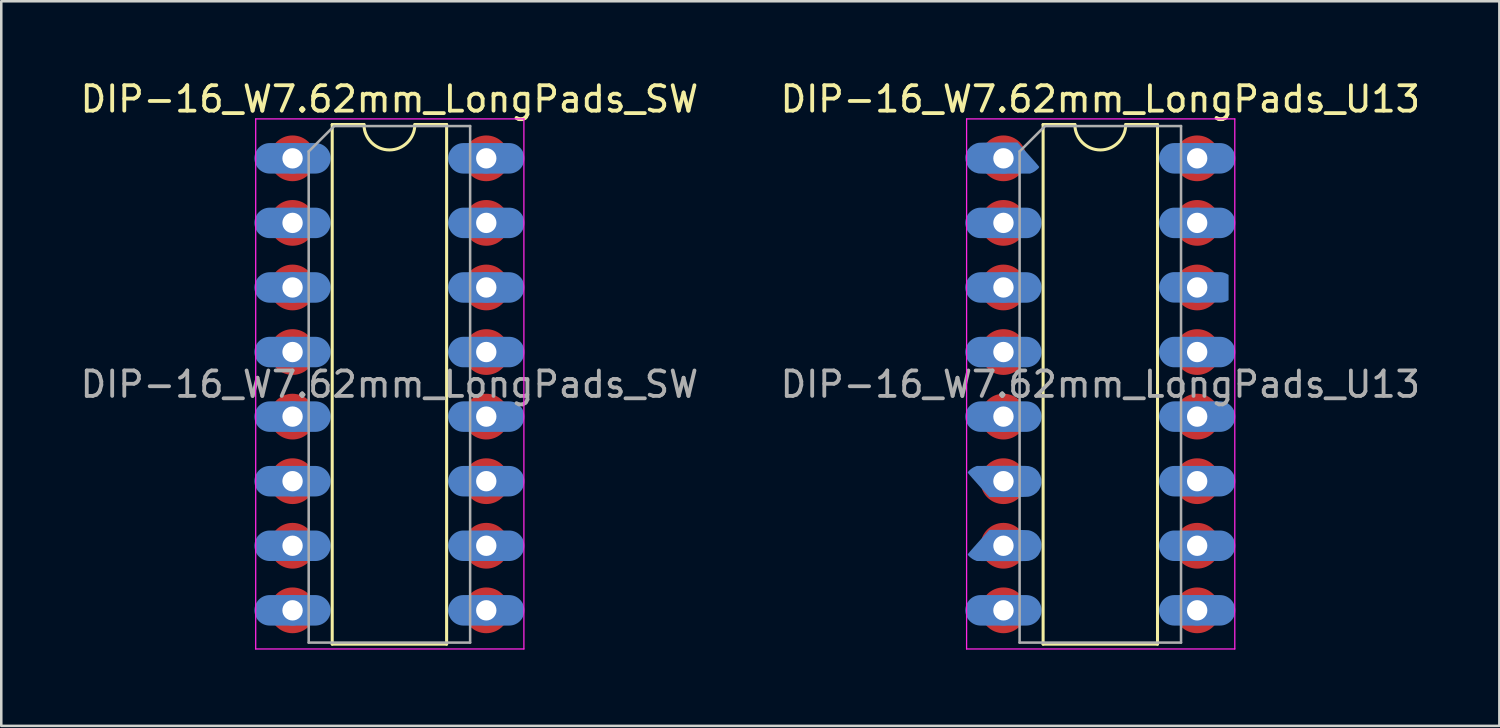
<source format=kicad_pcb>
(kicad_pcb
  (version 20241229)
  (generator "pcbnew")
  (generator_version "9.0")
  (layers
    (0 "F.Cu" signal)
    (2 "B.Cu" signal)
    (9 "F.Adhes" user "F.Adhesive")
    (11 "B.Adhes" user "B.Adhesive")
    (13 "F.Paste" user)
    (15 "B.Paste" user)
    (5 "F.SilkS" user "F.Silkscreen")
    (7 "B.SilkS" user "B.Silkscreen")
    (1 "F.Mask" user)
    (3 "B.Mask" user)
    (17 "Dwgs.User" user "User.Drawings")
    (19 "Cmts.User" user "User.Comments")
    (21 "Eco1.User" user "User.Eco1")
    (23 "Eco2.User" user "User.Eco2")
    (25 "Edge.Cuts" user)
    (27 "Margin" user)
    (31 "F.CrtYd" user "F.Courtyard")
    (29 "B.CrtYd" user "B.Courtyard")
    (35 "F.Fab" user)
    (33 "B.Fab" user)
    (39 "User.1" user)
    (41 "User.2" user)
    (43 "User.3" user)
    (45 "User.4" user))
  (footprint "DIP-16_W7.62mm_LongPads_SW"
    (layer "F.Cu")
    (at 8.458 3.178)
    (property "Reference" "DIP-16_W7.62mm_LongPads_SW" (at 3.81 -2.33 0) (layer "F.SilkS") (effects (font (size 1 1) (thickness 0.15))))
    (attr through_hole)
    (fp_line (start 1.56 -1.33) (end 1.56 19.11) (stroke (width 0.12) (type solid)) (layer "F.SilkS"))
    (fp_line (start 1.56 19.11) (end 6.06 19.11) (stroke (width 0.12) (type solid)) (layer "F.SilkS"))
    (fp_line (start 2.81 -1.33) (end 1.56 -1.33) (stroke (width 0.12) (type solid)) (layer "F.SilkS"))
    (fp_line (start 6.06 -1.33) (end 4.81 -1.33) (stroke (width 0.12) (type solid)) (layer "F.SilkS"))
    (fp_line (start 6.06 19.11) (end 6.06 -1.33) (stroke (width 0.12) (type solid)) (layer "F.SilkS"))
    (fp_arc (start 4.81 -1.33) (mid 3.81 -0.33) (end 2.81 -1.33) (stroke (width 0.12) (type solid)) (layer "F.SilkS"))
    (fp_line (start -1.45 -1.55) (end -1.45 19.3) (stroke (width 0.05) (type solid)) (layer "F.CrtYd"))
    (fp_line (start -1.45 19.3) (end 9.1 19.3) (stroke (width 0.05) (type solid)) (layer "F.CrtYd"))
    (fp_line (start 9.1 -1.55) (end -1.45 -1.55) (stroke (width 0.05) (type solid)) (layer "F.CrtYd"))
    (fp_line (start 9.1 19.3) (end 9.1 -1.55) (stroke (width 0.05) (type solid)) (layer "F.CrtYd"))
    (fp_line (start 0.635 -0.27) (end 1.635 -1.27) (stroke (width 0.1) (type solid)) (layer "F.Fab"))
    (fp_line (start 0.635 19.05) (end 0.635 -0.27) (stroke (width 0.1) (type solid)) (layer "F.Fab"))
    (fp_line (start 1.635 -1.27) (end 6.985 -1.27) (stroke (width 0.1) (type solid)) (layer "F.Fab"))
    (fp_line (start 6.985 -1.27) (end 6.985 19.05) (stroke (width 0.1) (type solid)) (layer "F.Fab"))
    (fp_line (start 6.985 19.05) (end 0.635 19.05) (stroke (width 0.1) (type solid)) (layer "F.Fab"))
    (fp_text user "${REFERENCE}" (at 3.81 8.89 0) (layer "F.Fab") (effects (font (size 1 1) (thickness 0.15))))
    (pad "1" thru_hole circle (at 0 0) (size 1.2 1.2) (drill 0.8) (layers "*.Cu" "*.Mask"))
    (pad "1" smd circle (at 0 0) (size 1.8 1.8) (layers "F.Cu" "F.Mask"))
    (pad "1" smd oval (at 0 0) (size 3 1.2) (layers "B.Cu" "B.Mask"))
    (pad "2" thru_hole circle (at 0 2.54) (size 1.2 1.2) (drill 0.8) (layers "*.Cu" "*.Mask"))
    (pad "2" smd circle (at 0 2.54) (size 1.8 1.8) (layers "F.Cu" "F.Mask"))
    (pad "2" smd oval (at 0 2.54) (size 3 1.2) (layers "B.Cu" "B.Mask"))
    (pad "3" thru_hole circle (at 0 5.08) (size 1.2 1.2) (drill 0.8) (layers "*.Cu" "*.Mask"))
    (pad "3" smd circle (at 0 5.08) (size 1.8 1.8) (layers "F.Cu" "F.Mask"))
    (pad "3" smd oval (at 0 5.08) (size 3 1.2) (layers "B.Cu" "B.Mask"))
    (pad "4" thru_hole circle (at 0 7.62) (size 1.2 1.2) (drill 0.8) (layers "*.Cu" "*.Mask"))
    (pad "4" smd circle (at 0 7.62) (size 1.8 1.8) (layers "F.Cu" "F.Mask"))
    (pad "4" smd oval (at 0 7.62) (size 3 1.2) (layers "B.Cu" "B.Mask"))
    (pad "5" thru_hole circle (at 0 10.16) (size 1.2 1.2) (drill 0.8) (layers "*.Cu" "*.Mask"))
    (pad "5" smd circle (at 0 10.16) (size 1.8 1.8) (layers "F.Cu" "F.Mask"))
    (pad "5" smd oval (at 0 10.16) (size 3 1.2) (layers "B.Cu" "B.Mask"))
    (pad "6" thru_hole circle (at 0 12.7) (size 1.2 1.2) (drill 0.8) (layers "*.Cu" "*.Mask"))
    (pad "6" smd circle (at 0 12.7) (size 1.8 1.8) (layers "F.Cu" "F.Mask"))
    (pad "6" smd oval (at 0 12.7) (size 3 1.2) (layers "B.Cu" "B.Mask"))
    (pad "7" thru_hole circle (at 0 15.24) (size 1.2 1.2) (drill 0.8) (layers "*.Cu" "*.Mask"))
    (pad "7" smd circle (at 0 15.24) (size 1.8 1.8) (layers "F.Cu" "F.Mask"))
    (pad "7" smd oval (at 0 15.24) (size 3 1.2) (layers "B.Cu" "B.Mask"))
    (pad "8" thru_hole circle (at 0 17.78) (size 1.2 1.2) (drill 0.8) (layers "*.Cu" "*.Mask"))
    (pad "8" smd circle (at 0 17.78) (size 1.8 1.8) (layers "F.Cu" "F.Mask"))
    (pad "8" smd oval (at 0 17.78) (size 3 1.2) (layers "B.Cu" "B.Mask"))
    (pad "9" thru_hole circle (at 7.62 17.78) (size 1.2 1.2) (drill 0.8) (layers "*.Cu" "*.Mask"))
    (pad "9" smd circle (at 7.62 17.78) (size 1.8 1.8) (layers "F.Cu" "F.Mask"))
    (pad "9" smd oval (at 7.62 17.78) (size 3 1.2) (layers "B.Cu" "B.Mask"))
    (pad "10" thru_hole circle (at 7.62 15.24) (size 1.2 1.2) (drill 0.8) (layers "*.Cu" "*.Mask"))
    (pad "10" smd circle (at 7.62 15.24) (size 1.8 1.8) (layers "F.Cu" "F.Mask"))
    (pad "10" smd oval (at 7.62 15.24) (size 3 1.2) (layers "B.Cu" "B.Mask"))
    (pad "11" thru_hole circle (at 7.62 12.7) (size 1.2 1.2) (drill 0.8) (layers "*.Cu" "*.Mask"))
    (pad "11" smd circle (at 7.62 12.7) (size 1.8 1.8) (layers "F.Cu" "F.Mask"))
    (pad "11" smd oval (at 7.62 12.7) (size 3 1.2) (layers "B.Cu" "B.Mask"))
    (pad "12" thru_hole circle (at 7.62 10.16) (size 1.2 1.2) (drill 0.8) (layers "*.Cu" "*.Mask"))
    (pad "12" smd circle (at 7.62 10.16) (size 1.8 1.8) (layers "F.Cu" "F.Mask"))
    (pad "12" smd oval (at 7.62 10.16) (size 3 1.2) (layers "B.Cu" "B.Mask"))
    (pad "13" thru_hole circle (at 7.62 7.62) (size 1.2 1.2) (drill 0.8) (layers "*.Cu" "*.Mask"))
    (pad "13" smd circle (at 7.62 7.62) (size 1.8 1.8) (layers "F.Cu" "F.Mask"))
    (pad "13" smd oval (at 7.62 7.62) (size 3 1.2) (layers "B.Cu" "B.Mask"))
    (pad "14" thru_hole circle (at 7.62 5.08) (size 1.2 1.2) (drill 0.8) (layers "*.Cu" "*.Mask"))
    (pad "14" smd circle (at 7.62 5.08) (size 1.8 1.8) (layers "F.Cu" "F.Mask"))
    (pad "14" smd oval (at 7.62 5.08) (size 3 1.2) (layers "B.Cu" "B.Mask"))
    (pad "15" thru_hole circle (at 7.62 2.54) (size 1.2 1.2) (drill 0.8) (layers "*.Cu" "*.Mask"))
    (pad "15" smd circle (at 7.62 2.54) (size 1.8 1.8) (layers "F.Cu" "F.Mask"))
    (pad "15" smd oval (at 7.62 2.54) (size 3 1.2) (layers "B.Cu" "B.Mask"))
    (pad "16" thru_hole circle (at 7.62 0) (size 1.2 1.2) (drill 0.8) (layers "*.Cu" "*.Mask"))
    (pad "16" smd circle (at 7.62 0) (size 1.8 1.8) (layers "F.Cu" "F.Mask"))
    (pad "16" smd oval (at 7.62 0) (size 3 1.2) (layers "B.Cu" "B.Mask")))
  (footprint "DIP-16_W7.62mm_LongPads_U13"
    (layer "F.Cu")
    (at 36.422 3.178)
    (property "Reference" "DIP-16_W7.62mm_LongPads_U13" (at 3.81 -2.33 0) (layer "F.SilkS") (effects (font (size 1 1) (thickness 0.15))))
    (attr through_hole)
    (fp_line (start 1.56 -1.33) (end 1.56 19.11) (stroke (width 0.12) (type solid)) (layer "F.SilkS"))
    (fp_line (start 1.56 19.11) (end 6.06 19.11) (stroke (width 0.12) (type solid)) (layer "F.SilkS"))
    (fp_line (start 2.81 -1.33) (end 1.56 -1.33) (stroke (width 0.12) (type solid)) (layer "F.SilkS"))
    (fp_line (start 6.06 -1.33) (end 4.81 -1.33) (stroke (width 0.12) (type solid)) (layer "F.SilkS"))
    (fp_line (start 6.06 19.11) (end 6.06 -1.33) (stroke (width 0.12) (type solid)) (layer "F.SilkS"))
    (fp_arc (start 4.81 -1.33) (mid 3.81 -0.33) (end 2.81 -1.33) (stroke (width 0.12) (type solid)) (layer "F.SilkS"))
    (fp_line (start -1.45 -1.55) (end -1.45 19.3) (stroke (width 0.05) (type solid)) (layer "F.CrtYd"))
    (fp_line (start -1.45 19.3) (end 9.1 19.3) (stroke (width 0.05) (type solid)) (layer "F.CrtYd"))
    (fp_line (start 9.1 -1.55) (end -1.45 -1.55) (stroke (width 0.05) (type solid)) (layer "F.CrtYd"))
    (fp_line (start 9.1 19.3) (end 9.1 -1.55) (stroke (width 0.05) (type solid)) (layer "F.CrtYd"))
    (fp_line (start 0.635 -0.27) (end 1.635 -1.27) (stroke (width 0.1) (type solid)) (layer "F.Fab"))
    (fp_line (start 0.635 19.05) (end 0.635 -0.27) (stroke (width 0.1) (type solid)) (layer "F.Fab"))
    (fp_line (start 1.635 -1.27) (end 6.985 -1.27) (stroke (width 0.1) (type solid)) (layer "F.Fab"))
    (fp_line (start 6.985 -1.27) (end 6.985 19.05) (stroke (width 0.1) (type solid)) (layer "F.Fab"))
    (fp_line (start 6.985 19.05) (end 0.635 19.05) (stroke (width 0.1) (type solid)) (layer "F.Fab"))
    (fp_text user "${REFERENCE}" (at 3.81 8.89 0) (layer "F.Fab") (effects (font (size 1 1) (thickness 0.15))))
    (pad "1" thru_hole circle (at 0 0) (size 1.2 1.2) (drill 0.8) (layers "*.Cu" "*.Mask"))
    (pad "1" smd custom (at 0 0 180) (size 1.2 1.2) (layers "B.Cu" "B.Mask") (options (anchor circle)) (primitives (gr_poly (pts (xy -1.391 -0.363) (xy -1.361 -0.399) (xy -1.316 -0.441) (xy -1.262 -0.484) (xy -1.205 -0.523) (xy -1.151 -0.552) (xy -1.138 -0.558) (xy -1.046 -0.595) (xy -0.07 -0.6) (xy 0.16 -0.601) (xy 0.359 -0.601) (xy 0.529 -0.601) (xy 0.672 -0.6) (xy 0.787 -0.598) (xy 0.878 -0.596) (xy 0.945 -0.592) (xy 0.989 -0.589) (xy 1.001 -0.587) (xy 1.135 -0.547) (xy 1.248 -0.483) (xy 1.342 -0.395) (xy 1.381 -0.344) (xy 1.448 -0.22) (xy 1.486 -0.087) (xy 1.493 0.05) (xy 1.485 0.117) (xy 1.449 0.24) (xy 1.385 0.353) (xy 1.298 0.45) (xy 1.193 0.528) (xy 1.073 0.583) (xy 0.995 0.603) (xy 0.96 0.607) (xy 0.895 0.61) (xy 0.805 0.613) (xy 0.691 0.615) (xy 0.558 0.617) (xy 0.408 0.619) (xy 0.244 0.619) (xy 0.178 0.619) (xy -0.554 0.619) (xy -0.975 0.151) (xy -1.067 0.048) (xy -1.153 -0.048) (xy -1.23 -0.135) (xy -1.295 -0.21) (xy -1.347 -0.271) (xy -1.382 -0.313) (xy -1.399 -0.336) (xy -1.4 -0.338) (xy -1.391 -0.363)) (width 0.01) (fill yes))))
    (pad "1" smd circle (at 0 0) (size 1.8 1.8) (layers "F.Cu" "F.Mask"))
    (pad "2" thru_hole circle (at 0 2.54) (size 1.2 1.2) (drill 0.8) (layers "*.Cu" "*.Mask"))
    (pad "2" smd circle (at 0 2.54) (size 1.8 1.8) (layers "F.Cu" "F.Mask"))
    (pad "2" smd oval (at 0 2.54) (size 3 1.2) (layers "B.Cu" "B.Mask"))
    (pad "3" thru_hole circle (at 0 5.08) (size 1.2 1.2) (drill 0.8) (layers "*.Cu" "*.Mask"))
    (pad "3" smd circle (at 0 5.08) (size 1.8 1.8) (layers "F.Cu" "F.Mask"))
    (pad "3" smd oval (at 0 5.08) (size 3 1.2) (layers "B.Cu" "B.Mask"))
    (pad "4" thru_hole circle (at 0 7.62) (size 1.2 1.2) (drill 0.8) (layers "*.Cu" "*.Mask"))
    (pad "4" smd circle (at 0 7.62) (size 1.8 1.8) (layers "F.Cu" "F.Mask"))
    (pad "4" smd oval (at 0 7.62) (size 3 1.2) (layers "B.Cu" "B.Mask"))
    (pad "5" thru_hole circle (at 0 10.16) (size 1.2 1.2) (drill 0.8) (layers "*.Cu" "*.Mask"))
    (pad "5" smd circle (at 0 10.16) (size 1.8 1.8) (layers "F.Cu" "F.Mask"))
    (pad "5" smd oval (at 0 10.16) (size 3 1.2) (layers "B.Cu" "B.Mask"))
    (pad "6" thru_hole circle (at 0 12.7) (size 1.2 1.2) (drill 0.8) (layers "*.Cu" "*.Mask"))
    (pad "6" smd custom (at 0 12.7) (size 1.2 1.2) (layers "B.Cu" "B.Mask") (options (anchor circle)) (primitives (gr_poly (pts (xy -1.391 -0.363) (xy -1.361 -0.399) (xy -1.316 -0.441) (xy -1.262 -0.484) (xy -1.205 -0.523) (xy -1.151 -0.552) (xy -1.138 -0.558) (xy -1.046 -0.595) (xy -0.07 -0.6) (xy 0.16 -0.601) (xy 0.359 -0.601) (xy 0.529 -0.601) (xy 0.672 -0.6) (xy 0.787 -0.598) (xy 0.878 -0.596) (xy 0.945 -0.592) (xy 0.989 -0.589) (xy 1.001 -0.587) (xy 1.135 -0.547) (xy 1.248 -0.483) (xy 1.342 -0.395) (xy 1.381 -0.344) (xy 1.448 -0.22) (xy 1.486 -0.087) (xy 1.493 0.05) (xy 1.485 0.117) (xy 1.449 0.24) (xy 1.385 0.353) (xy 1.298 0.45) (xy 1.193 0.528) (xy 1.073 0.583) (xy 0.995 0.603) (xy 0.96 0.607) (xy 0.895 0.61) (xy 0.805 0.613) (xy 0.691 0.615) (xy 0.558 0.617) (xy 0.408 0.619) (xy 0.244 0.619) (xy 0.178 0.619) (xy -0.554 0.619) (xy -0.975 0.151) (xy -1.067 0.048) (xy -1.153 -0.048) (xy -1.23 -0.135) (xy -1.295 -0.21) (xy -1.347 -0.271) (xy -1.382 -0.313) (xy -1.399 -0.336) (xy -1.4 -0.338) (xy -1.391 -0.363)) (width 0.01) (fill yes))))
    (pad "6" smd circle (at 0 12.7) (size 1.8 1.8) (layers "F.Cu" "F.Mask"))
    (pad "7" thru_hole circle (at 0 15.24) (size 1.2 1.2) (drill 0.8) (layers "*.Cu" "*.Mask"))
    (pad "7" smd custom (at 0 15.24) (size 1.2 1.2) (layers "B.Cu" "B.Mask") (options (anchor circle)) (primitives (gr_poly (pts (xy -1.391 0.363) (xy -1.361 0.399) (xy -1.316 0.441) (xy -1.262 0.484) (xy -1.205 0.523) (xy -1.151 0.552) (xy -1.138 0.558) (xy -1.046 0.595) (xy -0.07 0.6) (xy 0.16 0.601) (xy 0.359 0.601) (xy 0.529 0.601) (xy 0.672 0.6) (xy 0.787 0.598) (xy 0.878 0.596) (xy 0.945 0.592) (xy 0.989 0.589) (xy 1.001 0.587) (xy 1.135 0.547) (xy 1.248 0.483) (xy 1.342 0.395) (xy 1.381 0.344) (xy 1.448 0.22) (xy 1.486 0.087) (xy 1.493 -0.05) (xy 1.485 -0.117) (xy 1.449 -0.24) (xy 1.385 -0.353) (xy 1.298 -0.45) (xy 1.193 -0.528) (xy 1.073 -0.583) (xy 0.995 -0.603) (xy 0.96 -0.607) (xy 0.895 -0.61) (xy 0.805 -0.613) (xy 0.691 -0.615) (xy 0.558 -0.617) (xy 0.408 -0.619) (xy 0.244 -0.619) (xy 0.178 -0.619) (xy -0.554 -0.619) (xy -0.975 -0.151) (xy -1.067 -0.048) (xy -1.153 0.048) (xy -1.23 0.135) (xy -1.295 0.21) (xy -1.347 0.271) (xy -1.382 0.313) (xy -1.399 0.336) (xy -1.4 0.338) (xy -1.391 0.363)) (width 0.01) (fill yes))))
    (pad "7" smd circle (at 0 15.24) (size 1.8 1.8) (layers "F.Cu" "F.Mask"))
    (pad "8" thru_hole circle (at 0 17.78) (size 1.2 1.2) (drill 0.8) (layers "*.Cu" "*.Mask"))
    (pad "8" smd circle (at 0 17.78) (size 1.8 1.8) (layers "F.Cu" "F.Mask"))
    (pad "8" smd oval (at 0 17.78) (size 3 1.2) (layers "B.Cu" "B.Mask"))
    (pad "9" thru_hole circle (at 7.62 17.78) (size 1.2 1.2) (drill 0.8) (layers "*.Cu" "*.Mask"))
    (pad "9" smd circle (at 7.62 17.78) (size 1.8 1.8) (layers "F.Cu" "F.Mask"))
    (pad "9" smd oval (at 7.62 17.78) (size 3 1.2) (layers "B.Cu" "B.Mask"))
    (pad "10" thru_hole circle (at 7.62 15.24) (size 1.2 1.2) (drill 0.8) (layers "*.Cu" "*.Mask"))
    (pad "10" smd circle (at 7.62 15.24) (size 1.8 1.8) (layers "F.Cu" "F.Mask"))
    (pad "10" smd oval (at 7.62 15.24) (size 3 1.2) (layers "B.Cu" "B.Mask"))
    (pad "11" thru_hole circle (at 7.62 12.7) (size 1.2 1.2) (drill 0.8) (layers "*.Cu" "*.Mask"))
    (pad "11" smd circle (at 7.62 12.7) (size 1.8 1.8) (layers "F.Cu" "F.Mask"))
    (pad "11" smd oval (at 7.62 12.7) (size 3 1.2) (layers "B.Cu" "B.Mask"))
    (pad "12" thru_hole circle (at 7.62 10.16) (size 1.2 1.2) (drill 0.8) (layers "*.Cu" "*.Mask"))
    (pad "12" smd circle (at 7.62 10.16) (size 1.8 1.8) (layers "F.Cu" "F.Mask"))
    (pad "12" smd oval (at 7.62 10.16) (size 3 1.2) (layers "B.Cu" "B.Mask"))
    (pad "13" thru_hole circle (at 7.62 7.62) (size 1.2 1.2) (drill 0.8) (layers "*.Cu" "*.Mask"))
    (pad "13" smd circle (at 7.62 7.62) (size 1.8 1.8) (layers "F.Cu" "F.Mask"))
    (pad "13" smd oval (at 7.62 7.62) (size 3 1.2) (layers "B.Cu" "B.Mask"))
    (pad "14" thru_hole circle (at 7.62 5.08) (size 1.2 1.2) (drill 0.8) (layers "*.Cu" "*.Mask"))
    (pad "14" smd custom (at 7.62 5.08 180) (size 1.2 1.2) (layers "B.Cu" "B.Mask") (options (anchor circle)) (primitives (gr_poly (pts (xy -1.23 -0.5) (xy -1.213 -0.512) (xy -1.184 -0.528) (xy -1.167 -0.537) (xy -1.146 -0.546) (xy -1.124 -0.555) (xy -1.099 -0.564) (xy -1.072 -0.572) (xy -1.043 -0.58) (xy -1.011 -0.586) (xy -0.978 -0.591) (xy -0.943 -0.594) (xy -0.906 -0.595) (xy 0.895 -0.595) (xy 0.927 -0.594) (xy 0.958 -0.592) (xy 0.989 -0.588) (xy 1.019 -0.583) (xy 1.049 -0.576) (xy 1.078 -0.567) (xy 1.106 -0.557) (xy 1.134 -0.546) (xy 1.16 -0.534) (xy 1.186 -0.52) (xy 1.211 -0.505) (xy 1.236 -0.489) (xy 1.259 -0.472) (xy 1.282 -0.454) (xy 1.303 -0.435) (xy 1.324 -0.415) (xy 1.343 -0.394) (xy 1.362 -0.372) (xy 1.379 -0.349) (xy 1.395 -0.325) (xy 1.411 -0.301) (xy 1.425 -0.276) (xy 1.437 -0.25) (xy 1.449 -0.224) (xy 1.459 -0.197) (xy 1.468 -0.169) (xy 1.476 -0.141) (xy 1.483 -0.113) (xy 1.488 -0.084) (xy 1.491 -0.055) (xy 1.494 -0.026) (xy 1.494 0.004) (xy 1.494 0.036) (xy 1.491 0.066) (xy 1.487 0.097) (xy 1.482 0.127) (xy 1.475 0.156) (xy 1.467 0.185) (xy 1.457 0.213) (xy 1.446 0.24) (xy 1.434 0.267) (xy 1.421 0.293) (xy 1.406 0.318) (xy 1.39 0.342) (xy 1.373 0.365) (xy 1.355 0.388) (xy 1.336 0.41) (xy 1.316 0.43) (xy 1.295 0.45) (xy 1.273 0.469) (xy 1.251 0.486) (xy 1.227 0.503) (xy 1.203 0.518) (xy 1.178 0.532) (xy 1.152 0.546) (xy 1.125 0.557) (xy 1.098 0.568) (xy 1.071 0.577) (xy 1.043 0.585) (xy 1.014 0.592) (xy 0.985 0.597) (xy 0.955 0.601) (xy 0.925 0.603) (xy 0.895 0.604) (xy -0.906 0.604) (xy -0.923 0.603) (xy -0.94 0.602) (xy -0.957 0.601) (xy -0.973 0.599) (xy -0.989 0.596) (xy -1.005 0.593) (xy -1.02 0.59) (xy -1.035 0.586) (xy -1.05 0.582) (xy -1.064 0.578) (xy -1.078 0.573) (xy -1.091 0.568) (xy -1.104 0.563) (xy -1.117 0.558) (xy -1.14 0.548) (xy -1.161 0.537) (xy -1.18 0.527) (xy -1.197 0.517) (xy -1.21 0.509) (xy -1.23 0.496) (xy -1.236 0.491) (xy -1.236 -0.495)) (width 0) (fill yes))))
    (pad "14" smd circle (at 7.62 5.08) (size 1.8 1.8) (layers "F.Cu" "F.Mask"))
    (pad "15" thru_hole circle (at 7.62 2.54) (size 1.2 1.2) (drill 0.8) (layers "*.Cu" "*.Mask"))
    (pad "15" smd circle (at 7.62 2.54) (size 1.8 1.8) (layers "F.Cu" "F.Mask"))
    (pad "15" smd oval (at 7.62 2.54) (size 3 1.2) (layers "B.Cu" "B.Mask"))
    (pad "16" thru_hole circle (at 7.62 0) (size 1.2 1.2) (drill 0.8) (layers "*.Cu" "*.Mask"))
    (pad "16" smd circle (at 7.62 0) (size 1.8 1.8) (layers "F.Cu" "F.Mask"))
    (pad "16" smd oval (at 7.62 0) (size 3 1.2) (layers "B.Cu" "B.Mask")))
  (gr_rect
    (start -3 -3)
    (end 55.929 25.503)
    (stroke (width 0.1) (type default))
    (fill no)
    (layer "Edge.Cuts")))
</source>
